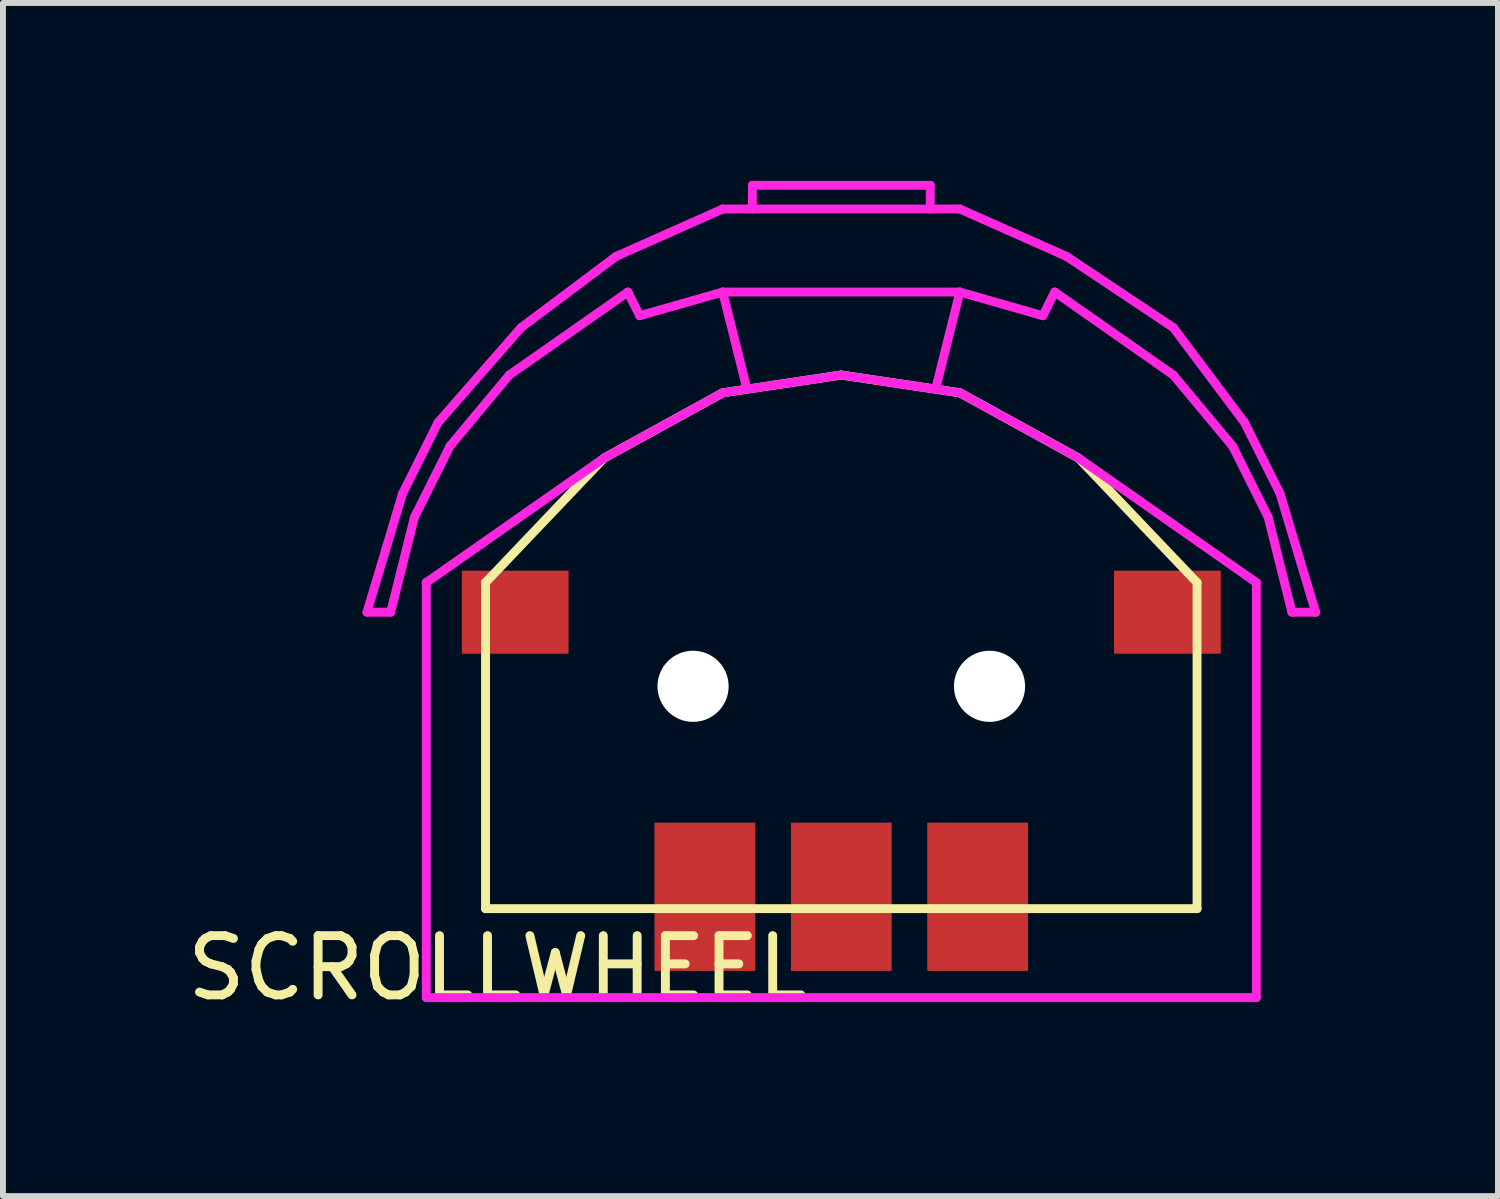
<source format=kicad_pcb>
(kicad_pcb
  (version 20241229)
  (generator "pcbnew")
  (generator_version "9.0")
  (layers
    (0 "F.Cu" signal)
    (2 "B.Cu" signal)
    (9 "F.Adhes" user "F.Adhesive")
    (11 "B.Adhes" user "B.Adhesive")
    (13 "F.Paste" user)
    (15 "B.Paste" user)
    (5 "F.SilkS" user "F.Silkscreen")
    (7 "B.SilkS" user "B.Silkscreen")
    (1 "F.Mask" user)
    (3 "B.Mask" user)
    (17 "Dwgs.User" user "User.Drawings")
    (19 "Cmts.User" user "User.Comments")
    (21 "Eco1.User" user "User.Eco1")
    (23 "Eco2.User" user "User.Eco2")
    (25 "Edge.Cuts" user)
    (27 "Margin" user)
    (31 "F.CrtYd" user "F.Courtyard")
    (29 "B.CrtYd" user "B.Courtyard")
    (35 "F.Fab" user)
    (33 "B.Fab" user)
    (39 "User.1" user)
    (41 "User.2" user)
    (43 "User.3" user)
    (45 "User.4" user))
  (footprint "SCROLLWHEEL"
    (layer "F.Cu")
    (at 11.139 7.275)
    (property "Reference" "SCROLLWHEEL" (at -5.8 6 0) (layer "F.SilkS") (effects (font (size 1 1) (thickness 0.15))))
    (attr through_hole)
    (fp_line (start -6 -0.5) (end -4 -2.6) (stroke (width 0.15) (type solid)) (layer "F.SilkS"))
    (fp_line (start -6 5) (end -6 -0.5) (stroke (width 0.15) (type solid)) (layer "F.SilkS"))
    (fp_line (start -6 5) (end 6 5) (stroke (width 0.15) (type solid)) (layer "F.SilkS"))
    (fp_line (start -4 -2.6) (end -2 -3.7) (stroke (width 0.15) (type solid)) (layer "F.SilkS"))
    (fp_line (start -2 -3.7) (end 0 -4) (stroke (width 0.15) (type solid)) (layer "F.SilkS"))
    (fp_line (start 0 -4) (end 2 -3.7) (stroke (width 0.15) (type solid)) (layer "F.SilkS"))
    (fp_line (start 2 -3.7) (end 4 -2.6) (stroke (width 0.15) (type solid)) (layer "F.SilkS"))
    (fp_line (start 4 -2.6) (end 6 -0.5) (stroke (width 0.15) (type solid)) (layer "F.SilkS"))
    (fp_line (start 6 5) (end 6 -0.5) (stroke (width 0.15) (type solid)) (layer "F.SilkS"))
    (fp_line (start -8 0) (end -7.4 -2) (stroke (width 0.15) (type solid)) (layer "F.CrtYd"))
    (fp_line (start -7.6 0) (end -8 0) (stroke (width 0.15) (type solid)) (layer "F.CrtYd"))
    (fp_line (start -7.4 -2) (end -6.8 -3.2) (stroke (width 0.15) (type solid)) (layer "F.CrtYd"))
    (fp_line (start -7.2 -1.6) (end -7.6 0) (stroke (width 0.15) (type solid)) (layer "F.CrtYd"))
    (fp_line (start -7 -0.5) (end -7 6.5) (stroke (width 0.15) (type solid)) (layer "F.CrtYd"))
    (fp_line (start -7 -0.5) (end -4 -2.6) (stroke (width 0.15) (type solid)) (layer "F.CrtYd"))
    (fp_line (start -7 6.5) (end 7 6.5) (stroke (width 0.15) (type solid)) (layer "F.CrtYd"))
    (fp_line (start -6.8 -3.2) (end -5.4 -4.8) (stroke (width 0.15) (type solid)) (layer "F.CrtYd"))
    (fp_line (start -6.6 -2.8) (end -7.2 -1.6) (stroke (width 0.15) (type solid)) (layer "F.CrtYd"))
    (fp_line (start -5.6 -4) (end -6.6 -2.8) (stroke (width 0.15) (type solid)) (layer "F.CrtYd"))
    (fp_line (start -5.4 -4.8) (end -3.8 -6) (stroke (width 0.15) (type solid)) (layer "F.CrtYd"))
    (fp_line (start -4 -2.6) (end -2 -3.7) (stroke (width 0.15) (type solid)) (layer "F.CrtYd"))
    (fp_line (start -3.8 -6) (end -2 -6.8) (stroke (width 0.15) (type solid)) (layer "F.CrtYd"))
    (fp_line (start -3.6 -5.4) (end -5.6 -4) (stroke (width 0.15) (type solid)) (layer "F.CrtYd"))
    (fp_line (start -3.4 -5) (end -3.6 -5.4) (stroke (width 0.15) (type solid)) (layer "F.CrtYd"))
    (fp_line (start -2 -6.8) (end 2 -6.8) (stroke (width 0.15) (type solid)) (layer "F.CrtYd"))
    (fp_line (start -2 -5.4) (end -3.4 -5) (stroke (width 0.15) (type solid)) (layer "F.CrtYd"))
    (fp_line (start -2 -5.4) (end 2 -5.4) (stroke (width 0.15) (type solid)) (layer "F.CrtYd"))
    (fp_line (start -2 -3.7) (end 0 -4) (stroke (width 0.15) (type solid)) (layer "F.CrtYd"))
    (fp_line (start -1.6 -3.8) (end -2 -5.4) (stroke (width 0.15) (type solid)) (layer "F.CrtYd"))
    (fp_line (start -1.5 -7.2) (end 1.5 -7.2) (stroke (width 0.15) (type solid)) (layer "F.CrtYd"))
    (fp_line (start -1.5 -6.8) (end -1.5 -7.2) (stroke (width 0.15) (type solid)) (layer "F.CrtYd"))
    (fp_line (start 0 -4) (end 2 -3.7) (stroke (width 0.15) (type solid)) (layer "F.CrtYd"))
    (fp_line (start 1.5 -7.2) (end 1.5 -6.8) (stroke (width 0.15) (type solid)) (layer "F.CrtYd"))
    (fp_line (start 2 -5.4) (end 1.6 -3.8) (stroke (width 0.15) (type solid)) (layer "F.CrtYd"))
    (fp_line (start 2 -5.4) (end 3.4 -5) (stroke (width 0.15) (type solid)) (layer "F.CrtYd"))
    (fp_line (start 2 -3.7) (end 4 -2.6) (stroke (width 0.15) (type solid)) (layer "F.CrtYd"))
    (fp_line (start 3.4 -5) (end 3.6 -5.4) (stroke (width 0.15) (type solid)) (layer "F.CrtYd"))
    (fp_line (start 3.6 -5.4) (end 5.6 -4) (stroke (width 0.15) (type solid)) (layer "F.CrtYd"))
    (fp_line (start 3.8 -6) (end 2 -6.8) (stroke (width 0.15) (type solid)) (layer "F.CrtYd"))
    (fp_line (start 5.6 -4.8) (end 3.8 -6) (stroke (width 0.15) (type solid)) (layer "F.CrtYd"))
    (fp_line (start 5.6 -4) (end 6.6 -2.8) (stroke (width 0.15) (type solid)) (layer "F.CrtYd"))
    (fp_line (start 6.6 -2.8) (end 7.2 -1.6) (stroke (width 0.15) (type solid)) (layer "F.CrtYd"))
    (fp_line (start 6.8 -3.2) (end 5.6 -4.8) (stroke (width 0.15) (type solid)) (layer "F.CrtYd"))
    (fp_line (start 7 -0.5) (end 4 -2.6) (stroke (width 0.15) (type solid)) (layer "F.CrtYd"))
    (fp_line (start 7 6.5) (end 7 -0.5) (stroke (width 0.15) (type solid)) (layer "F.CrtYd"))
    (fp_line (start 7.2 -1.6) (end 7.6 0) (stroke (width 0.15) (type solid)) (layer "F.CrtYd"))
    (fp_line (start 7.4 -2) (end 6.8 -3.2) (stroke (width 0.15) (type solid)) (layer "F.CrtYd"))
    (fp_line (start 7.6 0) (end 8 0) (stroke (width 0.15) (type solid)) (layer "F.CrtYd"))
    (fp_line (start 8 0) (end 7.4 -2) (stroke (width 0.15) (type solid)) (layer "F.CrtYd"))
    (pad "" np_thru_hole circle (at -2.5 1.25) (size 1.2 1.2) (drill 1.2) (layers "*.Cu" "*.Mask"))
    (pad "" np_thru_hole circle (at 2.5 1.25) (size 1.2 1.2) (drill 1.2) (layers "*.Cu" "*.Mask"))
    (pad "1" smd rect (at -2.3 4.8) (size 1.7 2.5) (layers "F.Cu" "F.Mask" "F.Paste"))
    (pad "2" smd rect (at 0 4.8) (size 1.7 2.5) (layers "F.Cu" "F.Mask" "F.Paste"))
    (pad "3" smd rect (at 2.3 4.8) (size 1.7 2.5) (layers "F.Cu" "F.Mask" "F.Paste"))
    (pad "4" smd rect (at 5.5 0) (size 1.8 1.4) (layers "F.Cu" "F.Mask" "F.Paste"))
    (pad "5" smd rect (at -5.5 0) (size 1.8 1.4) (layers "F.Cu" "F.Mask" "F.Paste")))
  (gr_rect
    (start -3 -3)
    (end 22.214 17.123)
    (stroke (width 0.1) (type default))
    (fill no)
    (layer "Edge.Cuts")))
</source>
